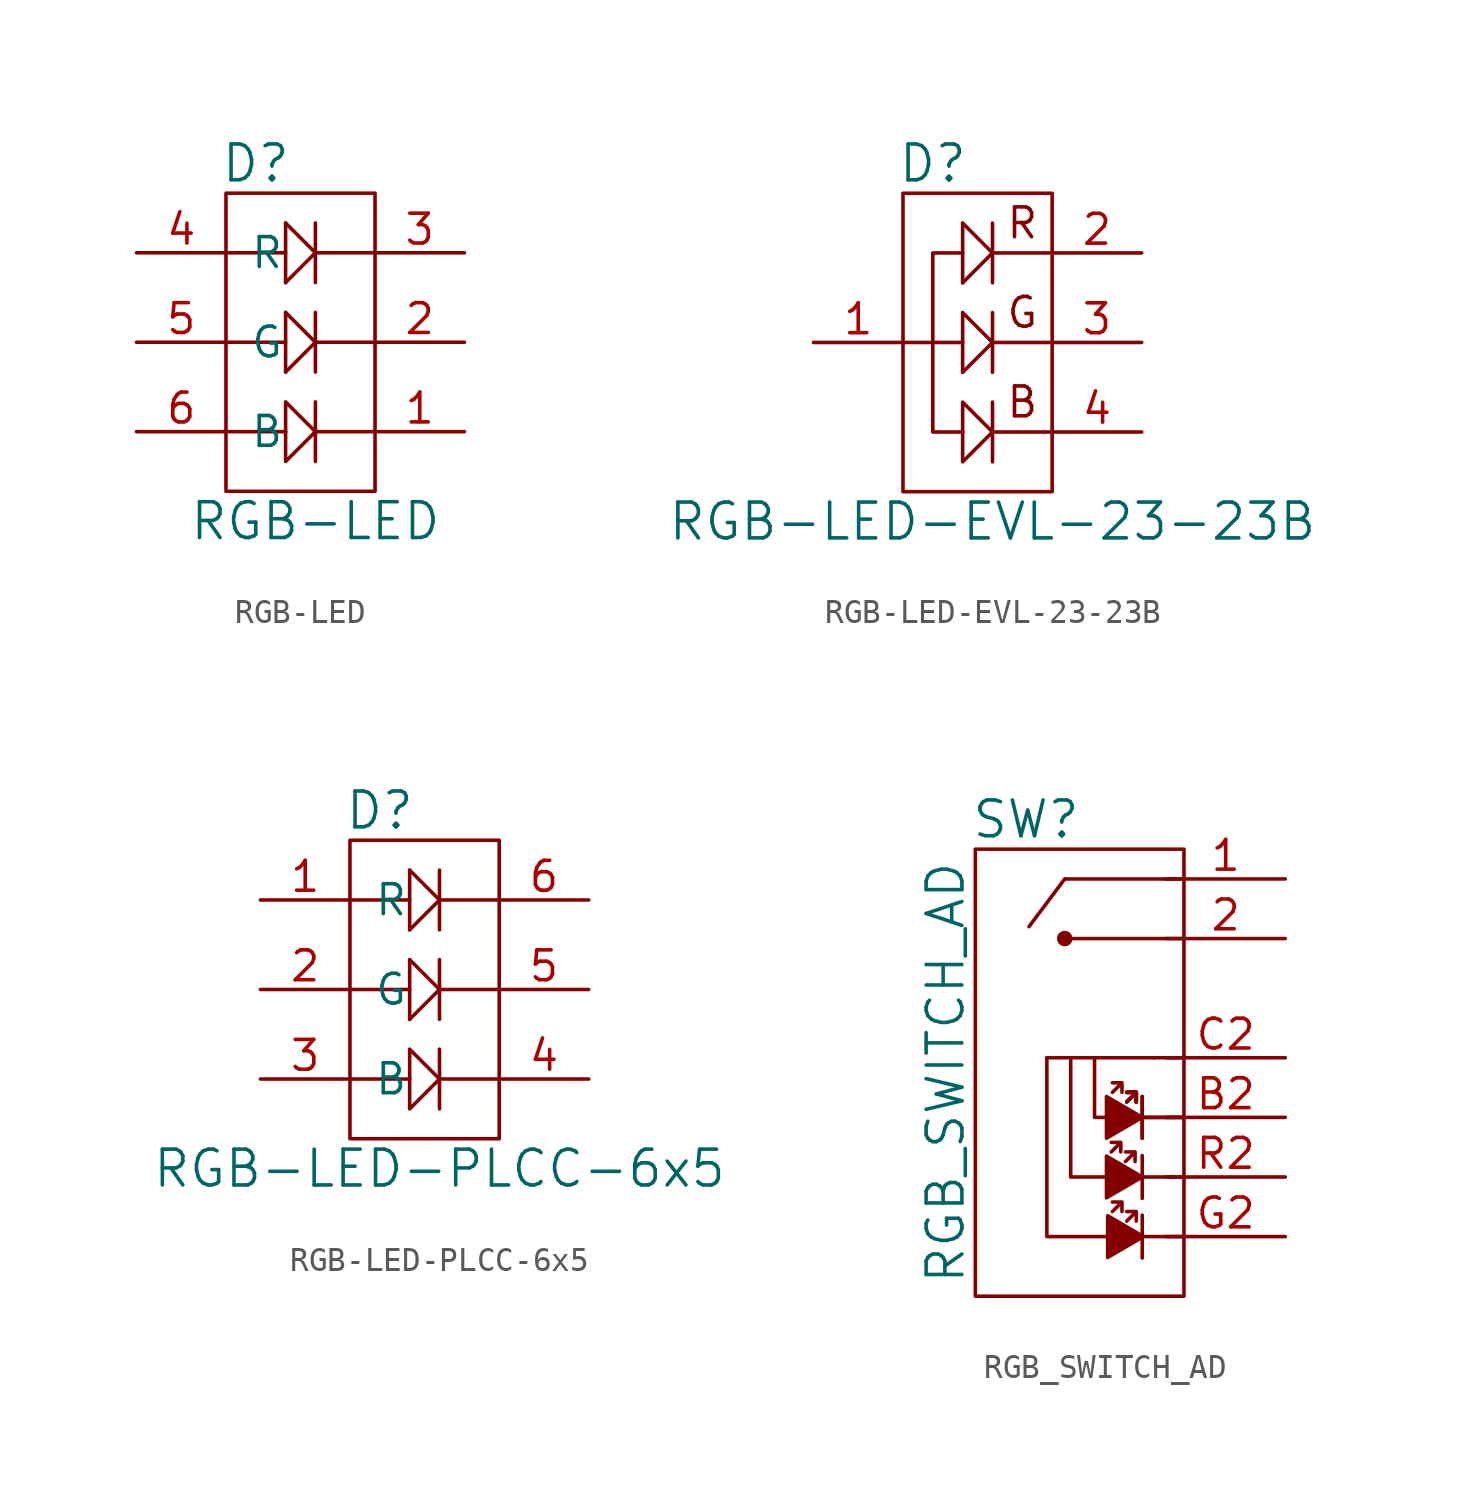
<source format=kicad_sym>
(kicad_symbol_lib
  (version 20211014)
  (generator kicad_symbol_editor)
  (symbol "RGB-LED"
    (pin_names
      (offset 1.016))
    (property "Reference" "D"
      (at -1.27 6.35 0)
      (effects (font (size 1.524 1.524))))
    (property "Value" "RGB-LED"
      (at 1.27 -8.89 0)
      (effects (font (size 1.524 1.524))))
    (property "Footprint" ""
      (at 6.35 -2.54 0)
      (effects (font (size 1.524 1.524))))
    (property "Datasheet" ""
      (at 6.35 -2.54 0)
      (effects (font (size 1.524 1.524))))
    (symbol "RGB-LED_0_1"
      (rectangle (start -2.54 5.08) (end 3.81 -7.62) (stroke (width 0) (type default) (color 0 0 0 0)) (fill (type none)))
      (polyline (pts (xy -2.54 2.54) (xy 0 2.54)) (stroke (width 0) (type default) (color 0 0 0 0)) (fill (type none)))
      (polyline (pts (xy 0 -5.08) (xy -2.54 -5.08)) (stroke (width 0) (type default) (color 0 0 0 0)) (fill (type none)))
      (polyline (pts (xy 0 -5.08) (xy 0 -5.08)) (stroke (width 0) (type default) (color 0 0 0 0)) (fill (type none)))
      (polyline (pts (xy 0 -2.54) (xy 1.27 -1.27)) (stroke (width 0) (type default) (color 0 0 0 0)) (fill (type none)))
      (polyline (pts (xy 0 -1.27) (xy -2.54 -1.27)) (stroke (width 0) (type default) (color 0 0 0 0)) (fill (type none)))
      (polyline (pts (xy 0 0) (xy 0 -2.54)) (stroke (width 0) (type default) (color 0 0 0 0)) (fill (type none)))
      (polyline (pts (xy 0 0) (xy 1.27 -1.27)) (stroke (width 0) (type default) (color 0 0 0 0)) (fill (type none)))
      (polyline (pts (xy 0 3.81) (xy 0 1.27)) (stroke (width 0) (type default) (color 0 0 0 0)) (fill (type none)))
      (polyline (pts (xy 0 3.81) (xy 1.27 2.54)) (stroke (width 0) (type default) (color 0 0 0 0)) (fill (type none)))
      (polyline (pts (xy 1.27 -5.08) (xy 3.81 -5.08)) (stroke (width 0) (type default) (color 0 0 0 0)) (fill (type none)))
      (polyline (pts (xy 1.27 -3.81) (xy 1.27 -6.35)) (stroke (width 0) (type default) (color 0 0 0 0)) (fill (type none)))
      (polyline (pts (xy 1.27 -1.27) (xy 3.81 -1.27)) (stroke (width 0) (type default) (color 0 0 0 0)) (fill (type none)))
      (polyline (pts (xy 1.27 0) (xy 1.27 -2.54)) (stroke (width 0) (type default) (color 0 0 0 0)) (fill (type none)))
      (polyline (pts (xy 1.27 2.54) (xy 0 1.27)) (stroke (width 0) (type default) (color 0 0 0 0)) (fill (type none)))
      (polyline (pts (xy 1.27 2.54) (xy 3.81 2.54)) (stroke (width 0) (type default) (color 0 0 0 0)) (fill (type none)))
      (polyline (pts (xy 1.27 3.81) (xy 1.27 1.27)) (stroke (width 0) (type default) (color 0 0 0 0)) (fill (type none)))
      (polyline (pts (xy 0 -5.08) (xy 0 -3.81) (xy 1.27 -5.08) (xy 0 -6.35) (xy 0 -5.08)) (stroke (width 0) (type default) (color 0 0 0 0)) (fill (type none))))
    (symbol "RGB-LED_1_1"
      (pin passive line (at 7.62 -5.08 180) (length 3.81) (name "~" (effects (font (size 1.27 1.27)))) (number "1" (effects (font (size 1.27 1.27)))))
      (pin passive line (at 7.62 -1.27 180) (length 3.81) (name "~" (effects (font (size 1.27 1.27)))) (number "2" (effects (font (size 1.27 1.27)))))
      (pin passive line (at 7.62 2.54 180) (length 3.81) (name "~" (effects (font (size 1.27 1.27)))) (number "3" (effects (font (size 1.27 1.27)))))
      (pin passive line (at -6.35 2.54 0) (length 3.81) (name "R" (effects (font (size 1.27 1.27)))) (number "4" (effects (font (size 1.27 1.27)))))
      (pin passive line (at -6.35 -1.27 0) (length 3.81) (name "G" (effects (font (size 1.27 1.27)))) (number "5" (effects (font (size 1.27 1.27)))))
      (pin passive line (at -6.35 -5.08 0) (length 3.81) (name "B" (effects (font (size 1.27 1.27)))) (number "6" (effects (font (size 1.27 1.27)))))))
  (symbol "RGB-LED-EVL-23-23B"
    (pin_names
      (offset 1.016))
    (property "Reference" "D"
      (at -1.27 6.35 0)
      (effects (font (size 1.524 1.524))))
    (property "Value" "RGB-LED-EVL-23-23B"
      (at 1.27 -8.89 0)
      (effects (font (size 1.524 1.524))))
    (property "Footprint" ""
      (at 6.35 -2.54 0)
      (effects (font (size 1.524 1.524))))
    (property "Datasheet" ""
      (at 6.35 -2.54 0)
      (effects (font (size 1.524 1.524))))
    (symbol "RGB-LED-EVL-23-23B_0_0"
      (text "B" (at 2.54 -3.81 0) (effects (font (size 1.27 1.27))))
      (text "G" (at 2.54 0 0) (effects (font (size 1.27 1.27))))
      (text "R" (at 2.54 3.81 0) (effects (font (size 1.27 1.27)))))
    (symbol "RGB-LED-EVL-23-23B_0_1"
      (rectangle (start -2.54 5.08) (end 3.81 -7.62) (stroke (width 0) (type default) (color 0 0 0 0)) (fill (type none)))
      (polyline (pts (xy 0 -5.08) (xy 0 -5.08)) (stroke (width 0) (type default) (color 0 0 0 0)) (fill (type none)))
      (polyline (pts (xy 0 -2.54) (xy 1.27 -1.27)) (stroke (width 0) (type default) (color 0 0 0 0)) (fill (type none)))
      (polyline (pts (xy 0 0) (xy 0 -2.54)) (stroke (width 0) (type default) (color 0 0 0 0)) (fill (type none)))
      (polyline (pts (xy 0 0) (xy 1.27 -1.27)) (stroke (width 0) (type default) (color 0 0 0 0)) (fill (type none)))
      (polyline (pts (xy 0 3.81) (xy 0 1.27)) (stroke (width 0) (type default) (color 0 0 0 0)) (fill (type none)))
      (polyline (pts (xy 0 3.81) (xy 1.27 2.54)) (stroke (width 0) (type default) (color 0 0 0 0)) (fill (type none)))
      (polyline (pts (xy 1.27 -5.08) (xy 3.81 -5.08)) (stroke (width 0) (type default) (color 0 0 0 0)) (fill (type none)))
      (polyline (pts (xy 1.27 -3.81) (xy 1.27 -6.35)) (stroke (width 0) (type default) (color 0 0 0 0)) (fill (type none)))
      (polyline (pts (xy 1.27 -1.27) (xy 3.81 -1.27)) (stroke (width 0) (type default) (color 0 0 0 0)) (fill (type none)))
      (polyline (pts (xy 1.27 0) (xy 1.27 -2.54)) (stroke (width 0) (type default) (color 0 0 0 0)) (fill (type none)))
      (polyline (pts (xy 1.27 2.54) (xy 0 1.27)) (stroke (width 0) (type default) (color 0 0 0 0)) (fill (type none)))
      (polyline (pts (xy 1.27 2.54) (xy 3.81 2.54)) (stroke (width 0) (type default) (color 0 0 0 0)) (fill (type none)))
      (polyline (pts (xy 1.27 3.81) (xy 1.27 1.27)) (stroke (width 0) (type default) (color 0 0 0 0)) (fill (type none)))
      (polyline (pts (xy 0 -1.27) (xy -1.27 -1.27) (xy -2.54 -1.27)) (stroke (width 0) (type default) (color 0 0 0 0)) (fill (type none)))
      (polyline (pts (xy 0 -5.08) (xy -1.27 -5.08) (xy -1.27 2.54) (xy 0 2.54)) (stroke (width 0) (type default) (color 0 0 0 0)) (fill (type none)))
      (polyline (pts (xy 0 -5.08) (xy 0 -3.81) (xy 1.27 -5.08) (xy 0 -6.35) (xy 0 -5.08)) (stroke (width 0) (type default) (color 0 0 0 0)) (fill (type none))))
    (symbol "RGB-LED-EVL-23-23B_1_1"
      (pin passive line (at -6.35 -1.27 0) (length 3.81) (name "~" (effects (font (size 1.27 1.27)))) (number "1" (effects (font (size 1.27 1.27)))))
      (pin passive line (at 7.62 2.54 180) (length 3.81) (name "~" (effects (font (size 1.27 1.27)))) (number "2" (effects (font (size 1.27 1.27)))))
      (pin passive line (at 7.62 -1.27 180) (length 3.81) (name "~" (effects (font (size 1.27 1.27)))) (number "3" (effects (font (size 1.27 1.27)))))
      (pin input line (at 7.62 -5.08 180) (length 3.81) (name "~" (effects (font (size 1.27 1.27)))) (number "4" (effects (font (size 1.27 1.27)))))))
  (symbol "RGB-LED-PLCC-6x5"
    (pin_names
      (offset 1.016))
    (property "Reference" "D"
      (at -1.27 6.35 0)
      (effects (font (size 1.524 1.524))))
    (property "Value" "RGB-LED-PLCC-6x5"
      (at 1.27 -8.89 0)
      (effects (font (size 1.524 1.524))))
    (property "Footprint" ""
      (at 6.35 -2.54 0)
      (effects (font (size 1.524 1.524))))
    (property "Datasheet" ""
      (at 6.35 -2.54 0)
      (effects (font (size 1.524 1.524))))
    (symbol "RGB-LED-PLCC-6x5_0_1"
      (rectangle (start -2.54 5.08) (end 3.81 -7.62) (stroke (width 0) (type default) (color 0 0 0 0)) (fill (type none)))
      (polyline (pts (xy -2.54 2.54) (xy 0 2.54)) (stroke (width 0) (type default) (color 0 0 0 0)) (fill (type none)))
      (polyline (pts (xy 0 -5.08) (xy -2.54 -5.08)) (stroke (width 0) (type default) (color 0 0 0 0)) (fill (type none)))
      (polyline (pts (xy 0 -5.08) (xy 0 -5.08)) (stroke (width 0) (type default) (color 0 0 0 0)) (fill (type none)))
      (polyline (pts (xy 0 -2.54) (xy 1.27 -1.27)) (stroke (width 0) (type default) (color 0 0 0 0)) (fill (type none)))
      (polyline (pts (xy 0 -1.27) (xy -2.54 -1.27)) (stroke (width 0) (type default) (color 0 0 0 0)) (fill (type none)))
      (polyline (pts (xy 0 0) (xy 0 -2.54)) (stroke (width 0) (type default) (color 0 0 0 0)) (fill (type none)))
      (polyline (pts (xy 0 0) (xy 1.27 -1.27)) (stroke (width 0) (type default) (color 0 0 0 0)) (fill (type none)))
      (polyline (pts (xy 0 3.81) (xy 0 1.27)) (stroke (width 0) (type default) (color 0 0 0 0)) (fill (type none)))
      (polyline (pts (xy 0 3.81) (xy 1.27 2.54)) (stroke (width 0) (type default) (color 0 0 0 0)) (fill (type none)))
      (polyline (pts (xy 1.27 -5.08) (xy 3.81 -5.08)) (stroke (width 0) (type default) (color 0 0 0 0)) (fill (type none)))
      (polyline (pts (xy 1.27 -3.81) (xy 1.27 -6.35)) (stroke (width 0) (type default) (color 0 0 0 0)) (fill (type none)))
      (polyline (pts (xy 1.27 -1.27) (xy 3.81 -1.27)) (stroke (width 0) (type default) (color 0 0 0 0)) (fill (type none)))
      (polyline (pts (xy 1.27 0) (xy 1.27 -2.54)) (stroke (width 0) (type default) (color 0 0 0 0)) (fill (type none)))
      (polyline (pts (xy 1.27 2.54) (xy 0 1.27)) (stroke (width 0) (type default) (color 0 0 0 0)) (fill (type none)))
      (polyline (pts (xy 1.27 2.54) (xy 3.81 2.54)) (stroke (width 0) (type default) (color 0 0 0 0)) (fill (type none)))
      (polyline (pts (xy 1.27 3.81) (xy 1.27 1.27)) (stroke (width 0) (type default) (color 0 0 0 0)) (fill (type none)))
      (polyline (pts (xy 0 -5.08) (xy 0 -3.81) (xy 1.27 -5.08) (xy 0 -6.35) (xy 0 -5.08)) (stroke (width 0) (type default) (color 0 0 0 0)) (fill (type none))))
    (symbol "RGB-LED-PLCC-6x5_1_1"
      (pin passive line (at -6.35 2.54 0) (length 3.81) (name "R" (effects (font (size 1.27 1.27)))) (number "1" (effects (font (size 1.27 1.27)))))
      (pin passive line (at -6.35 -1.27 0) (length 3.81) (name "G" (effects (font (size 1.27 1.27)))) (number "2" (effects (font (size 1.27 1.27)))))
      (pin passive line (at -6.35 -5.08 0) (length 3.81) (name "B" (effects (font (size 1.27 1.27)))) (number "3" (effects (font (size 1.27 1.27)))))
      (pin passive line (at 7.62 -5.08 180) (length 3.81) (name "~" (effects (font (size 1.27 1.27)))) (number "4" (effects (font (size 1.27 1.27)))))
      (pin passive line (at 7.62 -1.27 180) (length 3.81) (name "~" (effects (font (size 1.27 1.27)))) (number "5" (effects (font (size 1.27 1.27)))))
      (pin passive line (at 7.62 2.54 180) (length 3.81) (name "~" (effects (font (size 1.27 1.27)))) (number "6" (effects (font (size 1.27 1.27)))))))
  (symbol "RGB_SWITCH_AD"
    (pin_names
      (offset 1.016))
    (property "Reference" "SW"
      (at -2.159 11.43 0)
      (effects (font (size 1.524 1.524))))
    (property "Value" "RGB_SWITCH_AD"
      (at -5.588 0.635 90)
      (effects (font (size 1.524 1.524))))
    (property "Footprint" ""
      (at -4.318 2.54 0)
      (effects (font (size 1.524 1.524))))
    (property "Datasheet" ""
      (at -4.318 2.54 0)
      (effects (font (size 1.524 1.524))))
    (symbol "RGB_SWITCH_AD_0_1"
      (circle (center -0.508 6.35) (radius 0.254) (stroke (width 0) (type default) (color 0 0 0 0)) (fill (type outline)))
      (polyline (pts (xy -0.508 8.89) (xy -2.032 6.858)) (stroke (width 0) (type default) (color 0 0 0 0)) (fill (type none)))
      (polyline (pts (xy 2.54 -0.203) (xy 2.134 -0.61)) (stroke (width 0) (type default) (color 0 0 0 0)) (fill (type none)))
      (polyline (pts (xy 2.54 -0.203) (xy 2.134 -0.61)) (stroke (width 0) (type default) (color 0 0 0 0)) (fill (type none)))
      (polyline (pts (xy 2.54 -0.203) (xy 2.134 -0.61)) (stroke (width 0) (type default) (color 0 0 0 0)) (fill (type none)))
      (polyline (pts (xy 2.794 -6.35) (xy 2.794 -7.264)) (stroke (width 0) (type default) (color 0 0 0 0)) (fill (type none)))
      (polyline (pts (xy 2.794 -6.35) (xy 2.794 -5.436)) (stroke (width 0) (type default) (color 0 0 0 0)) (fill (type none)))
      (polyline (pts (xy 2.794 -3.81) (xy 2.794 -4.724)) (stroke (width 0) (type default) (color 0 0 0 0)) (fill (type none)))
      (polyline (pts (xy 2.794 -3.81) (xy 2.794 -2.896)) (stroke (width 0) (type default) (color 0 0 0 0)) (fill (type none)))
      (polyline (pts (xy 2.794 -1.27) (xy 2.794 -2.159)) (stroke (width 0) (type default) (color 0 0 0 0)) (fill (type none)))
      (polyline (pts (xy 2.794 -1.27) (xy 2.794 -2.159)) (stroke (width 0) (type default) (color 0 0 0 0)) (fill (type none)))
      (polyline (pts (xy 2.794 -1.27) (xy 2.794 -1.27)) (stroke (width 0) (type default) (color 0 0 0 0)) (fill (type none)))
      (polyline (pts (xy 2.794 -1.27) (xy 2.794 -1.27)) (stroke (width 0) (type default) (color 0 0 0 0)) (fill (type none)))
      (polyline (pts (xy 2.794 -1.27) (xy 2.794 -0.381)) (stroke (width 0) (type default) (color 0 0 0 0)) (fill (type none)))
      (polyline (pts (xy 2.794 -1.27) (xy 2.794 -0.381)) (stroke (width 0) (type default) (color 0 0 0 0)) (fill (type none)))
      (polyline (pts (xy 3.302 1.27) (xy 3.302 1.27)) (stroke (width 0) (type default) (color 0 0 0 0)) (fill (type none)))
      (polyline (pts (xy 3.302 1.27) (xy 3.302 1.27)) (stroke (width 0) (type default) (color 0 0 0 0)) (fill (type none)))
      (polyline (pts (xy 4.572 -6.35) (xy 2.794 -6.35)) (stroke (width 0) (type default) (color 0 0 0 0)) (fill (type none)))
      (polyline (pts (xy 4.572 -3.81) (xy 2.743 -3.81)) (stroke (width 0) (type default) (color 0 0 0 0)) (fill (type none)))
      (polyline (pts (xy 4.572 -1.27) (xy 2.794 -1.27)) (stroke (width 0) (type default) (color 0 0 0 0)) (fill (type none)))
      (polyline (pts (xy 4.572 -1.27) (xy 2.794 -1.27)) (stroke (width 0) (type default) (color 0 0 0 0)) (fill (type none)))
      (polyline (pts (xy 4.572 1.27) (xy -1.27 1.27)) (stroke (width 0) (type default) (color 0 0 0 0)) (fill (type none)))
      (polyline (pts (xy 4.572 6.35) (xy -0.508 6.35)) (stroke (width 0) (type default) (color 0 0 0 0)) (fill (type outline)))
      (polyline (pts (xy 4.572 8.89) (xy -0.508 8.89)) (stroke (width 0) (type default) (color 0 0 0 0)) (fill (type none)))
      (polyline (pts (xy 1.27 -6.35) (xy -1.27 -6.35) (xy -1.27 1.27)) (stroke (width 0) (type default) (color 0 0 0 0)) (fill (type none)))
      (polyline (pts (xy 1.27 -1.27) (xy 0.762 -1.27) (xy 0.762 1.27)) (stroke (width 0) (type default) (color 0 0 0 0)) (fill (type none)))
      (polyline (pts (xy 2.134 -0.203) (xy 2.54 -0.203) (xy 2.54 -0.61)) (stroke (width 0) (type default) (color 0 0 0 0)) (fill (type none)))
      (polyline (pts (xy 2.134 -0.203) (xy 2.54 -0.203) (xy 2.54 -0.61)) (stroke (width 0) (type default) (color 0 0 0 0)) (fill (type none)))
      (polyline (pts (xy 2.134 -0.203) (xy 2.54 -0.203) (xy 2.54 -0.61)) (stroke (width 0) (type default) (color 0 0 0 0)) (fill (type none)))
      (polyline (pts (xy 2.134 -0.203) (xy 2.54 -0.203) (xy 2.54 -0.61)) (stroke (width 0) (type default) (color 0 0 0 0)) (fill (type none)))
      (polyline (pts (xy 2.134 -0.203) (xy 2.54 -0.203) (xy 2.54 -0.61)) (stroke (width 0) (type default) (color 0 0 0 0)) (fill (type none)))
      (polyline (pts (xy 1.27 -3.81) (xy 0.254 -3.81) (xy -0.254 -3.81) (xy -0.254 1.27)) (stroke (width 0) (type default) (color 0 0 0 0)) (fill (type none)))
      (polyline (pts (xy 2.794 -3.81) (xy 1.27 -2.921) (xy 1.27 -4.699) (xy 2.794 -3.81)) (stroke (width 0) (type default) (color 0 0 0 0)) (fill (type outline)))
      (polyline (pts (xy 2.794 -1.27) (xy 1.27 -0.381) (xy 1.27 -2.159) (xy 2.794 -1.27)) (stroke (width 0) (type default) (color 0 0 0 0)) (fill (type outline)))
      (polyline (pts (xy 2.845 -6.35) (xy 1.321 -5.461) (xy 1.321 -7.239) (xy 2.845 -6.35)) (stroke (width 0) (type default) (color 0 0 0 0)) (fill (type outline)))
      (polyline (pts (xy 1.88 -2.743) (xy 1.88 -2.337) (xy 1.473 -2.337) (xy 1.88 -2.337) (xy 1.473 -2.743)) (stroke (width 0) (type default) (color 0 0 0 0)) (fill (type none)))
      (polyline (pts (xy 1.93 -5.283) (xy 1.93 -4.877) (xy 1.524 -4.877) (xy 1.93 -4.877) (xy 1.524 -5.283)) (stroke (width 0) (type default) (color 0 0 0 0)) (fill (type none)))
      (polyline (pts (xy 1.93 -0.203) (xy 1.93 0.203) (xy 1.524 0.203) (xy 1.93 0.203) (xy 1.524 -0.203)) (stroke (width 0) (type default) (color 0 0 0 0)) (fill (type none)))
      (polyline (pts (xy 2.489 -3.15) (xy 2.489 -2.743) (xy 2.083 -2.743) (xy 2.489 -2.743) (xy 2.083 -3.15)) (stroke (width 0) (type default) (color 0 0 0 0)) (fill (type none)))
      (polyline (pts (xy 2.54 -5.69) (xy 2.54 -5.283) (xy 2.134 -5.283) (xy 2.54 -5.283) (xy 2.134 -5.69)) (stroke (width 0) (type default) (color 0 0 0 0)) (fill (type none)))
      (rectangle (start 4.572 10.16) (end -4.318 -8.89) (stroke (width 0) (type default) (color 0 0 0 0)) (fill (type none))))
    (symbol "RGB_SWITCH_AD_1_1"
      (pin passive line (at 8.89 8.89 180) (length 5.08) (name "~" (effects (font (size 1.27 1.27)))) (number "1" (effects (font (size 1.27 1.27)))))
      (pin passive line (at 8.89 6.35 180) (length 5.08) (name "~" (effects (font (size 1.27 1.27)))) (number "2" (effects (font (size 1.27 1.27)))))
      (pin passive line (at 8.89 -1.27 180) (length 5.08) (name "~" (effects (font (size 1.27 1.27)))) (number "B2" (effects (font (size 1.27 1.27)))))
      (pin passive line (at 8.89 1.27 180) (length 5.08) (name "~" (effects (font (size 1.27 1.27)))) (number "C2" (effects (font (size 1.27 1.27)))))
      (pin passive line (at 8.89 -6.35 180) (length 5.08) (name "~" (effects (font (size 1.27 1.27)))) (number "G2" (effects (font (size 1.27 1.27)))))
      (pin passive line (at 8.89 -3.81 180) (length 5.08) (name "~" (effects (font (size 1.27 1.27)))) (number "R2" (effects (font (size 1.27 1.27))))))))
</source>
